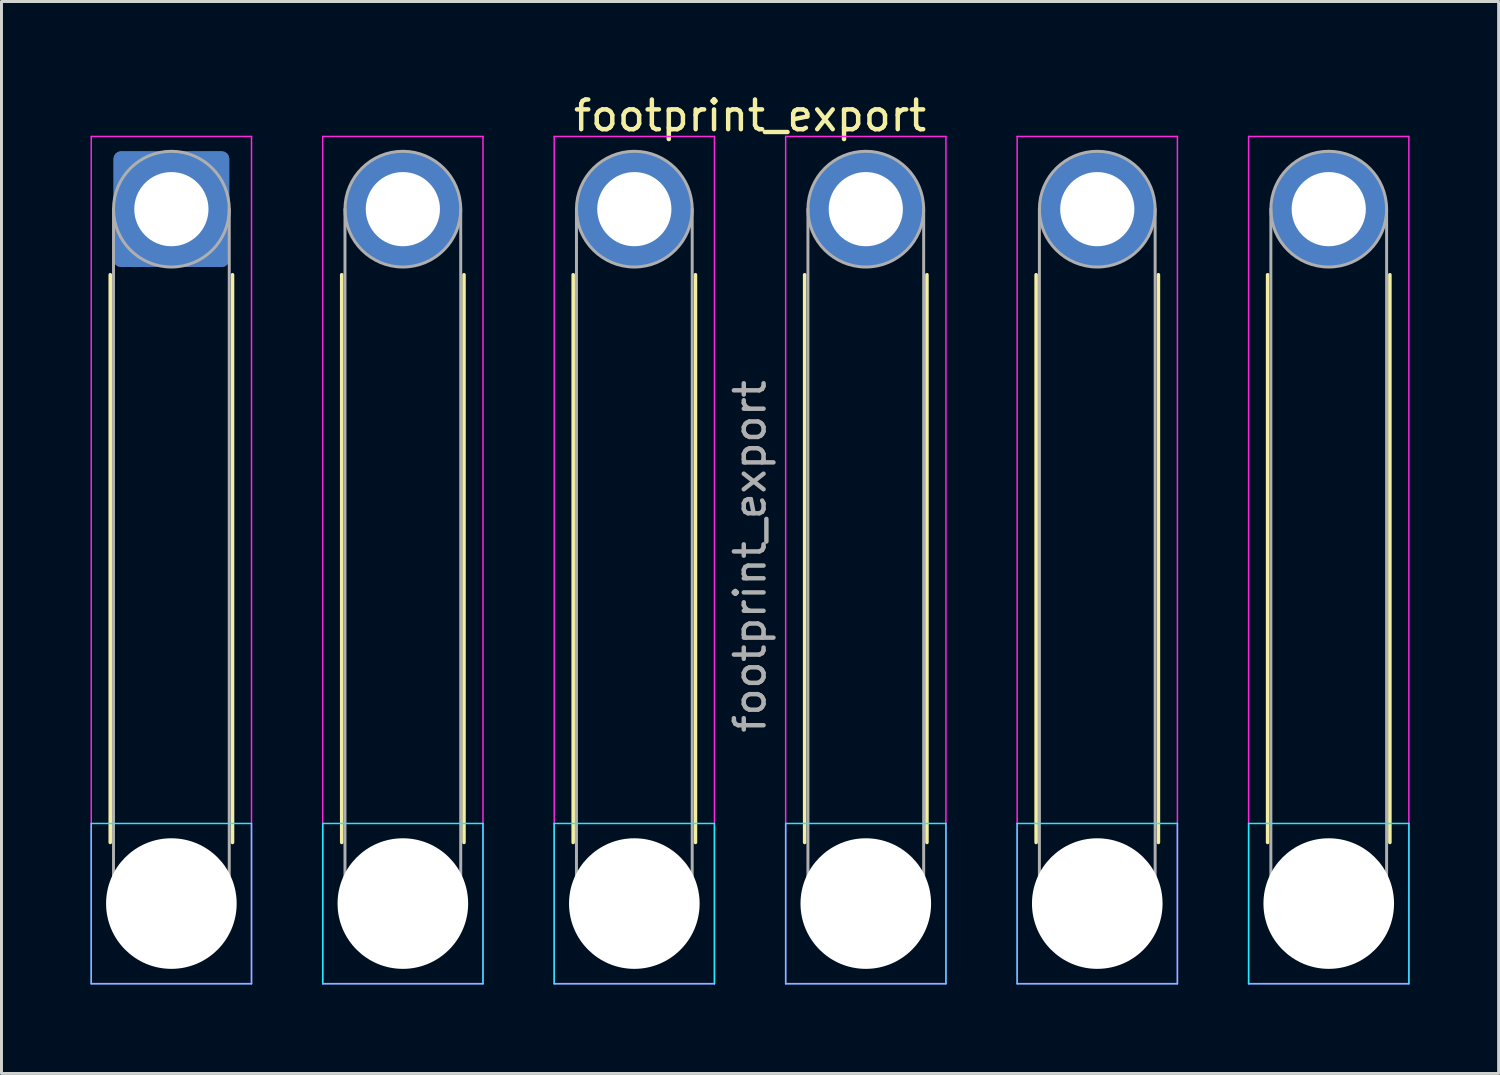
<source format=kicad_pcb>
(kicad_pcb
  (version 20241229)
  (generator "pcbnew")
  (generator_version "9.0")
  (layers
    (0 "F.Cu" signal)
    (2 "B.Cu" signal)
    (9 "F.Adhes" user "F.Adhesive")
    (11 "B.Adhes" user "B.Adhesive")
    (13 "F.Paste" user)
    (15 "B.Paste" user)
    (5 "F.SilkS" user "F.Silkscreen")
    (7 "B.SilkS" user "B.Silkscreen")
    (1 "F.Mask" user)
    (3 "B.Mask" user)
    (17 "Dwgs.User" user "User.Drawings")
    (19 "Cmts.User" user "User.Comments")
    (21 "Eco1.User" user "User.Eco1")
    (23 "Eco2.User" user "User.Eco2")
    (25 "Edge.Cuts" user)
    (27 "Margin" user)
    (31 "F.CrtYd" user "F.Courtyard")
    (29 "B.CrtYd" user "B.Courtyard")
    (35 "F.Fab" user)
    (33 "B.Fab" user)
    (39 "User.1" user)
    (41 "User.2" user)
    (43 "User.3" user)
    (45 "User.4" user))
  (footprint "footprint_export"
    (layer "F.Cu")
    (at 2.725 3.998)
    (property "Reference" "footprint_export" (at 19.5 -3.15 0) (layer "F.SilkS") (effects (font (size 1 1) (thickness 0.15))))
    (attr exclude_from_pos_files exclude_from_bom)
    (fp_line (start -2.06 2.21) (end -2.06 21.34) (stroke (width 0.12) (type solid)) (layer "F.SilkS"))
    (fp_line (start 2.06 2.21) (end 2.06 21.34) (stroke (width 0.12) (type solid)) (layer "F.SilkS"))
    (fp_line (start 5.74 2.21) (end 5.74 21.34) (stroke (width 0.12) (type solid)) (layer "F.SilkS"))
    (fp_line (start 9.86 2.21) (end 9.86 21.34) (stroke (width 0.12) (type solid)) (layer "F.SilkS"))
    (fp_line (start 13.54 2.21) (end 13.54 21.34) (stroke (width 0.12) (type solid)) (layer "F.SilkS"))
    (fp_line (start 17.66 2.21) (end 17.66 21.34) (stroke (width 0.12) (type solid)) (layer "F.SilkS"))
    (fp_line (start 21.34 2.21) (end 21.34 21.34) (stroke (width 0.12) (type solid)) (layer "F.SilkS"))
    (fp_line (start 25.46 2.21) (end 25.46 21.34) (stroke (width 0.12) (type solid)) (layer "F.SilkS"))
    (fp_line (start 29.14 2.21) (end 29.14 21.34) (stroke (width 0.12) (type solid)) (layer "F.SilkS"))
    (fp_line (start 33.26 2.21) (end 33.26 21.34) (stroke (width 0.12) (type solid)) (layer "F.SilkS"))
    (fp_line (start 36.94 2.21) (end 36.94 21.34) (stroke (width 0.12) (type solid)) (layer "F.SilkS"))
    (fp_line (start 41.06 2.21) (end 41.06 21.34) (stroke (width 0.12) (type solid)) (layer "F.SilkS"))
    (fp_line (start -2.7 20.7) (end -2.7 26.1) (stroke (width 0.05) (type solid)) (layer "B.CrtYd"))
    (fp_line (start -2.7 26.1) (end 2.7 26.1) (stroke (width 0.05) (type solid)) (layer "B.CrtYd"))
    (fp_line (start 2.7 20.7) (end -2.7 20.7) (stroke (width 0.05) (type solid)) (layer "B.CrtYd"))
    (fp_line (start 2.7 26.1) (end 2.7 20.7) (stroke (width 0.05) (type solid)) (layer "B.CrtYd"))
    (fp_line (start 5.1 20.7) (end 5.1 26.1) (stroke (width 0.05) (type solid)) (layer "B.CrtYd"))
    (fp_line (start 5.1 26.1) (end 10.5 26.1) (stroke (width 0.05) (type solid)) (layer "B.CrtYd"))
    (fp_line (start 10.5 20.7) (end 5.1 20.7) (stroke (width 0.05) (type solid)) (layer "B.CrtYd"))
    (fp_line (start 10.5 26.1) (end 10.5 20.7) (stroke (width 0.05) (type solid)) (layer "B.CrtYd"))
    (fp_line (start 12.9 20.7) (end 12.9 26.1) (stroke (width 0.05) (type solid)) (layer "B.CrtYd"))
    (fp_line (start 12.9 26.1) (end 18.3 26.1) (stroke (width 0.05) (type solid)) (layer "B.CrtYd"))
    (fp_line (start 18.3 20.7) (end 12.9 20.7) (stroke (width 0.05) (type solid)) (layer "B.CrtYd"))
    (fp_line (start 18.3 26.1) (end 18.3 20.7) (stroke (width 0.05) (type solid)) (layer "B.CrtYd"))
    (fp_line (start 20.7 20.7) (end 20.7 26.1) (stroke (width 0.05) (type solid)) (layer "B.CrtYd"))
    (fp_line (start 20.7 26.1) (end 26.1 26.1) (stroke (width 0.05) (type solid)) (layer "B.CrtYd"))
    (fp_line (start 26.1 20.7) (end 20.7 20.7) (stroke (width 0.05) (type solid)) (layer "B.CrtYd"))
    (fp_line (start 26.1 26.1) (end 26.1 20.7) (stroke (width 0.05) (type solid)) (layer "B.CrtYd"))
    (fp_line (start 28.5 20.7) (end 28.5 26.1) (stroke (width 0.05) (type solid)) (layer "B.CrtYd"))
    (fp_line (start 28.5 26.1) (end 33.9 26.1) (stroke (width 0.05) (type solid)) (layer "B.CrtYd"))
    (fp_line (start 33.9 20.7) (end 28.5 20.7) (stroke (width 0.05) (type solid)) (layer "B.CrtYd"))
    (fp_line (start 33.9 26.1) (end 33.9 20.7) (stroke (width 0.05) (type solid)) (layer "B.CrtYd"))
    (fp_line (start 36.3 20.7) (end 36.3 26.1) (stroke (width 0.05) (type solid)) (layer "B.CrtYd"))
    (fp_line (start 36.3 26.1) (end 41.7 26.1) (stroke (width 0.05) (type solid)) (layer "B.CrtYd"))
    (fp_line (start 41.7 20.7) (end 36.3 20.7) (stroke (width 0.05) (type solid)) (layer "B.CrtYd"))
    (fp_line (start 41.7 26.1) (end 41.7 20.7) (stroke (width 0.05) (type solid)) (layer "B.CrtYd"))
    (fp_line (start -2.7 -2.45) (end -2.7 26.1) (stroke (width 0.05) (type solid)) (layer "F.CrtYd"))
    (fp_line (start -2.7 26.1) (end 2.7 26.1) (stroke (width 0.05) (type solid)) (layer "F.CrtYd"))
    (fp_line (start 2.7 -2.45) (end -2.7 -2.45) (stroke (width 0.05) (type solid)) (layer "F.CrtYd"))
    (fp_line (start 2.7 26.1) (end 2.7 -2.45) (stroke (width 0.05) (type solid)) (layer "F.CrtYd"))
    (fp_line (start 5.1 -2.45) (end 5.1 26.1) (stroke (width 0.05) (type solid)) (layer "F.CrtYd"))
    (fp_line (start 5.1 26.1) (end 10.5 26.1) (stroke (width 0.05) (type solid)) (layer "F.CrtYd"))
    (fp_line (start 10.5 -2.45) (end 5.1 -2.45) (stroke (width 0.05) (type solid)) (layer "F.CrtYd"))
    (fp_line (start 10.5 26.1) (end 10.5 -2.45) (stroke (width 0.05) (type solid)) (layer "F.CrtYd"))
    (fp_line (start 12.9 -2.45) (end 12.9 26.1) (stroke (width 0.05) (type solid)) (layer "F.CrtYd"))
    (fp_line (start 12.9 26.1) (end 18.3 26.1) (stroke (width 0.05) (type solid)) (layer "F.CrtYd"))
    (fp_line (start 18.3 -2.45) (end 12.9 -2.45) (stroke (width 0.05) (type solid)) (layer "F.CrtYd"))
    (fp_line (start 18.3 26.1) (end 18.3 -2.45) (stroke (width 0.05) (type solid)) (layer "F.CrtYd"))
    (fp_line (start 20.7 -2.45) (end 20.7 26.1) (stroke (width 0.05) (type solid)) (layer "F.CrtYd"))
    (fp_line (start 20.7 26.1) (end 26.1 26.1) (stroke (width 0.05) (type solid)) (layer "F.CrtYd"))
    (fp_line (start 26.1 -2.45) (end 20.7 -2.45) (stroke (width 0.05) (type solid)) (layer "F.CrtYd"))
    (fp_line (start 26.1 26.1) (end 26.1 -2.45) (stroke (width 0.05) (type solid)) (layer "F.CrtYd"))
    (fp_line (start 28.5 -2.45) (end 28.5 26.1) (stroke (width 0.05) (type solid)) (layer "F.CrtYd"))
    (fp_line (start 28.5 26.1) (end 33.9 26.1) (stroke (width 0.05) (type solid)) (layer "F.CrtYd"))
    (fp_line (start 33.9 -2.45) (end 28.5 -2.45) (stroke (width 0.05) (type solid)) (layer "F.CrtYd"))
    (fp_line (start 33.9 26.1) (end 33.9 -2.45) (stroke (width 0.05) (type solid)) (layer "F.CrtYd"))
    (fp_line (start 36.3 -2.45) (end 36.3 26.1) (stroke (width 0.05) (type solid)) (layer "F.CrtYd"))
    (fp_line (start 36.3 26.1) (end 41.7 26.1) (stroke (width 0.05) (type solid)) (layer "F.CrtYd"))
    (fp_line (start 41.7 -2.45) (end 36.3 -2.45) (stroke (width 0.05) (type solid)) (layer "F.CrtYd"))
    (fp_line (start 41.7 26.1) (end 41.7 -2.45) (stroke (width 0.05) (type solid)) (layer "F.CrtYd"))
    (fp_line (start -1.95 0) (end -1.95 23.4) (stroke (width 0.1) (type solid)) (layer "F.Fab"))
    (fp_line (start 1.95 0) (end 1.95 23.4) (stroke (width 0.1) (type solid)) (layer "F.Fab"))
    (fp_line (start 5.85 0) (end 5.85 23.4) (stroke (width 0.1) (type solid)) (layer "F.Fab"))
    (fp_line (start 9.75 0) (end 9.75 23.4) (stroke (width 0.1) (type solid)) (layer "F.Fab"))
    (fp_line (start 13.65 0) (end 13.65 23.4) (stroke (width 0.1) (type solid)) (layer "F.Fab"))
    (fp_line (start 17.55 0) (end 17.55 23.4) (stroke (width 0.1) (type solid)) (layer "F.Fab"))
    (fp_line (start 21.45 0) (end 21.45 23.4) (stroke (width 0.1) (type solid)) (layer "F.Fab"))
    (fp_line (start 25.35 0) (end 25.35 23.4) (stroke (width 0.1) (type solid)) (layer "F.Fab"))
    (fp_line (start 29.25 0) (end 29.25 23.4) (stroke (width 0.1) (type solid)) (layer "F.Fab"))
    (fp_line (start 33.15 0) (end 33.15 23.4) (stroke (width 0.1) (type solid)) (layer "F.Fab"))
    (fp_line (start 37.05 0) (end 37.05 23.4) (stroke (width 0.1) (type solid)) (layer "F.Fab"))
    (fp_line (start 40.95 0) (end 40.95 23.4) (stroke (width 0.1) (type solid)) (layer "F.Fab"))
    (fp_circle (center 0 0) (end 1.95 0) (stroke (width 0.1) (type solid)) (fill no) (layer "F.Fab"))
    (fp_circle (center 0 23.4) (end 1.95 23.4) (stroke (width 0.1) (type solid)) (fill no) (layer "F.Fab"))
    (fp_circle (center 7.8 0) (end 9.75 0) (stroke (width 0.1) (type solid)) (fill no) (layer "F.Fab"))
    (fp_circle (center 7.8 23.4) (end 9.75 23.4) (stroke (width 0.1) (type solid)) (fill no) (layer "F.Fab"))
    (fp_circle (center 15.6 0) (end 17.55 0) (stroke (width 0.1) (type solid)) (fill no) (layer "F.Fab"))
    (fp_circle (center 15.6 23.4) (end 17.55 23.4) (stroke (width 0.1) (type solid)) (fill no) (layer "F.Fab"))
    (fp_circle (center 23.4 0) (end 25.35 0) (stroke (width 0.1) (type solid)) (fill no) (layer "F.Fab"))
    (fp_circle (center 23.4 23.4) (end 25.35 23.4) (stroke (width 0.1) (type solid)) (fill no) (layer "F.Fab"))
    (fp_circle (center 31.2 0) (end 33.15 0) (stroke (width 0.1) (type solid)) (fill no) (layer "F.Fab"))
    (fp_circle (center 31.2 23.4) (end 33.15 23.4) (stroke (width 0.1) (type solid)) (fill no) (layer "F.Fab"))
    (fp_circle (center 39 0) (end 40.95 0) (stroke (width 0.1) (type solid)) (fill no) (layer "F.Fab"))
    (fp_circle (center 39 23.4) (end 40.95 23.4) (stroke (width 0.1) (type solid)) (fill no) (layer "F.Fab"))
    (fp_text user "${REFERENCE}" (at 19.5 11.7 90) (layer "F.Fab") (effects (font (size 1 1) (thickness 0.15))))
    (pad "" np_thru_hole circle (at 0 23.4) (size 4.4 4.4) (drill 4.4) (layers "*.Cu" "*.Mask"))
    (pad "" np_thru_hole circle (at 7.8 23.4) (size 4.4 4.4) (drill 4.4) (layers "*.Cu" "*.Mask"))
    (pad "" np_thru_hole circle (at 15.6 23.4) (size 4.4 4.4) (drill 4.4) (layers "*.Cu" "*.Mask"))
    (pad "" np_thru_hole circle (at 23.4 23.4) (size 4.4 4.4) (drill 4.4) (layers "*.Cu" "*.Mask"))
    (pad "" np_thru_hole circle (at 31.2 23.4) (size 4.4 4.4) (drill 4.4) (layers "*.Cu" "*.Mask"))
    (pad "" np_thru_hole circle (at 39 23.4) (size 4.4 4.4) (drill 4.4) (layers "*.Cu" "*.Mask"))
    (pad "1" thru_hole roundrect (at 0 0) (size 3.9 3.9) (drill 2.5) (layers "*.Cu" "*.Mask") (roundrect_rratio 0.064))
    (pad "2" thru_hole circle (at 7.8 0) (size 3.9 3.9) (drill 2.5) (layers "*.Cu" "*.Mask"))
    (pad "3" thru_hole circle (at 15.6 0) (size 3.9 3.9) (drill 2.5) (layers "*.Cu" "*.Mask"))
    (pad "4" thru_hole circle (at 23.4 0) (size 3.9 3.9) (drill 2.5) (layers "*.Cu" "*.Mask"))
    (pad "5" thru_hole circle (at 31.2 0) (size 3.9 3.9) (drill 2.5) (layers "*.Cu" "*.Mask"))
    (pad "6" thru_hole circle (at 39 0) (size 3.9 3.9) (drill 2.5) (layers "*.Cu" "*.Mask")))
  (gr_rect
    (start -3 -3)
    (end 47.45 33.123)
    (stroke (width 0.1) (type default))
    (fill no)
    (layer "Edge.Cuts")))
</source>
